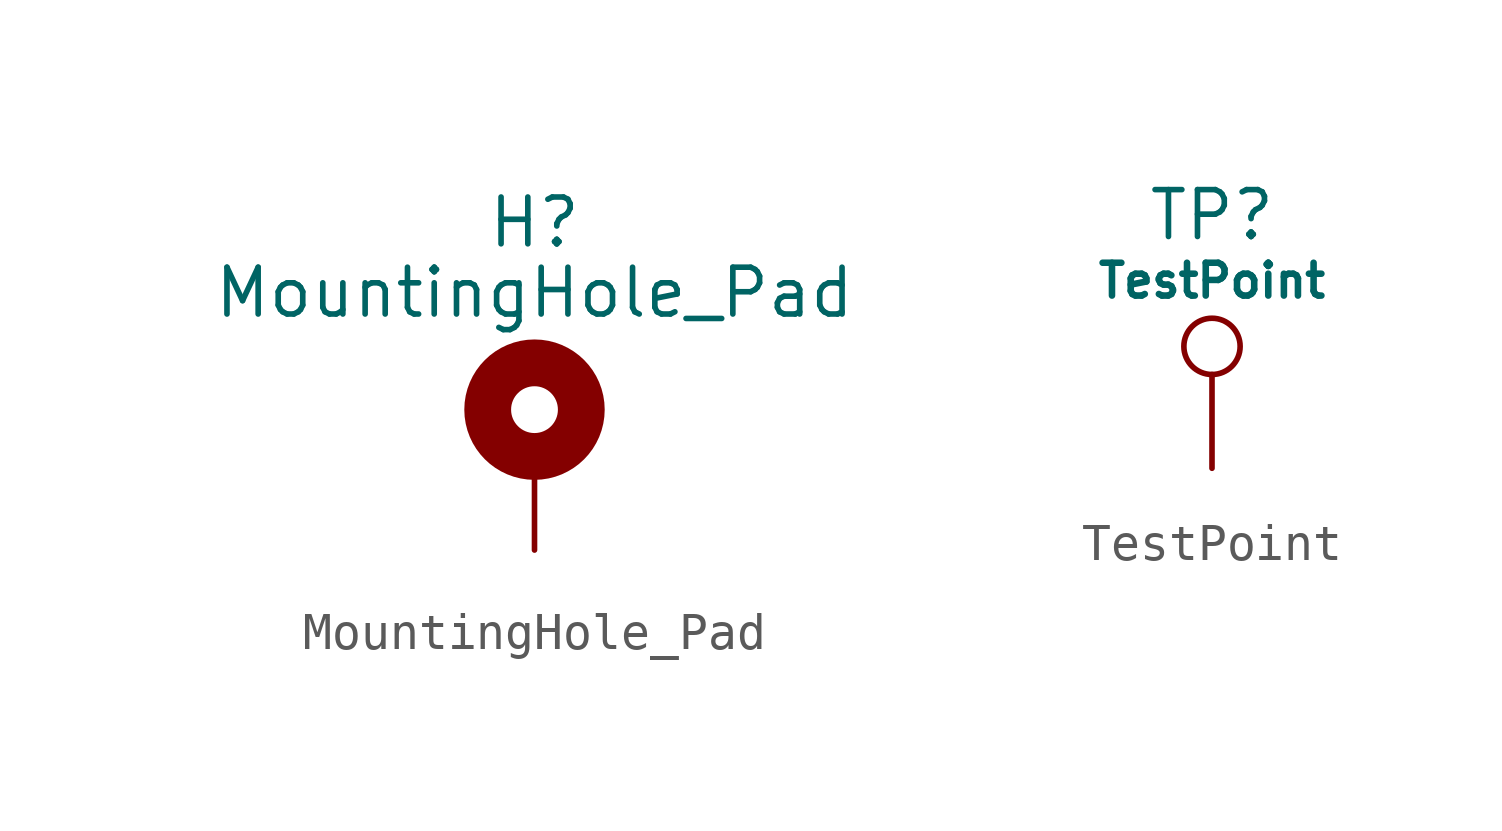
<source format=kicad_sym>
(kicad_symbol_lib
  (version 20220914)
  (generator kicad_symbol_editor)
  (symbol "MountingHole_Pad"
    (pin_numbers hide)
    (pin_names
      (offset 1.016) hide)
    (property "Reference" "H"
      (at 0 6.35 0)
      (effects (font (size 1.27 1.27))))
    (property "Value" "MountingHole_Pad"
      (at 0 4.445 0)
      (effects (font (size 1.27 1.27))))
    (symbol "MountingHole_Pad_0_1"
      (circle (center 0 1.27) (radius 1.27) (stroke (width 1.27) (type solid)) (fill (type none))))
    (symbol "MountingHole_Pad_1_1"
      (pin input line (at 0 -2.54 90) (length 2.54) (name "1" (effects (font (size 1.27 1.27)))) (number "1" (effects (font (size 1.27 1.27)))))))
  (symbol "TestPoint"
    (pin_numbers hide)
    (pin_names
      (offset 0.762) hide)
    (property "Reference" "TP"
      (at 0 6.858 0)
      (effects (font (size 1.27 1.27))))
    (property "Value" "TestPoint"
      (at 0 5.08 0)
      (effects (font (size 0.889 0.889) bold)))
    (symbol "TestPoint_0_1"
      (circle (center 0 3.302) (radius 0.762) (stroke (width 0) (type solid)) (fill (type none))))
    (symbol "TestPoint_1_1"
      (pin passive line (at 0 0 90) (length 2.54) (name "1" (effects (font (size 1.27 1.27)))) (number "1" (effects (font (size 1.27 1.27))))))))
</source>
